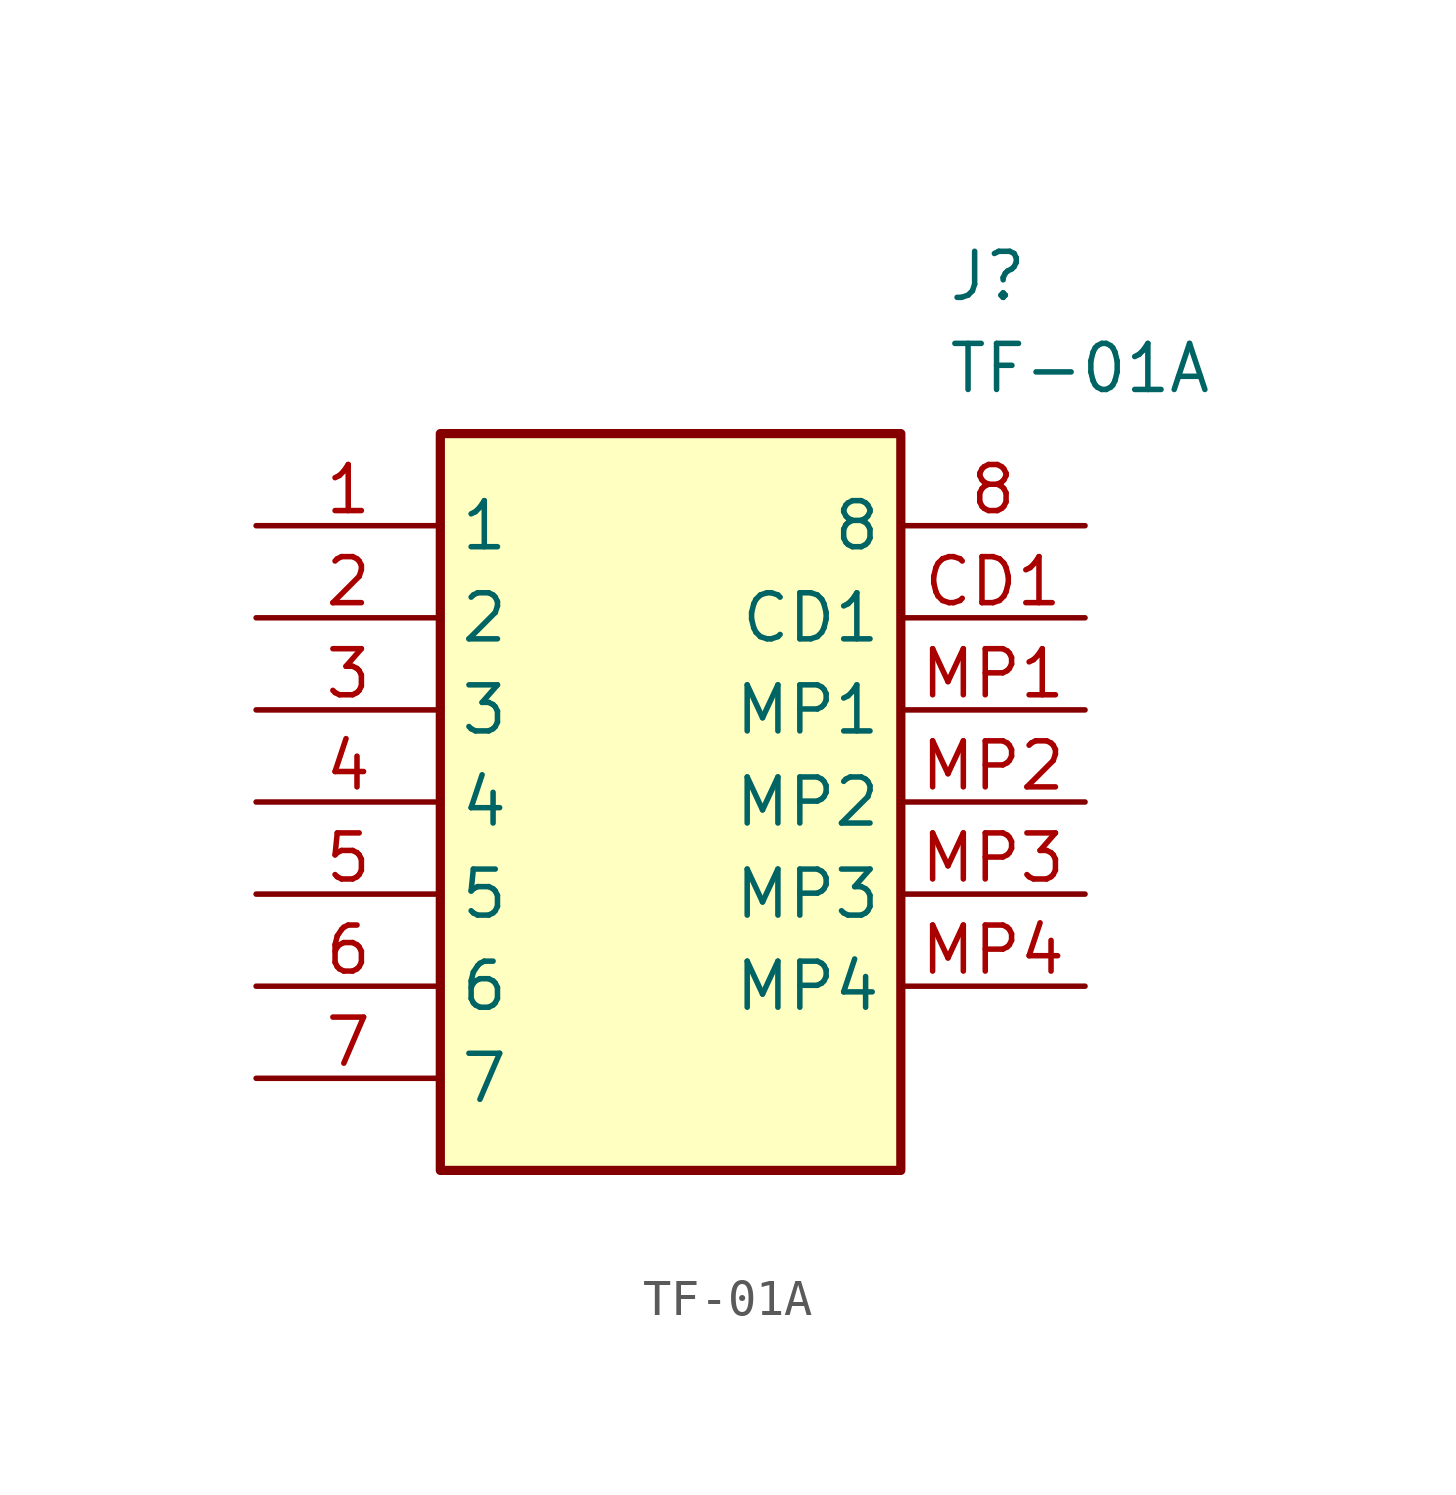
<source format=kicad_sym>
(kicad_symbol_lib
  (version 20241209)
  (generator "kicad_symbol_editor")
  (generator_version "9.0")
  (symbol "TF-01A"
    (property "Reference" "J"
      (at 19.05 7.62 0)
      (effects (font (size 1.27 1.27)) (justify left top)))
    (property "Value" "TF-01A"
      (at 19.05 5.08 0)
      (effects (font (size 1.27 1.27)) (justify left top)))
    (symbol "TF-01A_1_1"
      (rectangle (start 5.08 2.54) (end 17.78 -17.78) (stroke (width 0.254) (type default)) (fill (type background)))
      (pin passive line (at 0 0 0) (length 5.08) (name "1" (effects (font (size 1.27 1.27)))) (number "1" (effects (font (size 1.27 1.27)))))
      (pin passive line (at 0 -2.54 0) (length 5.08) (name "2" (effects (font (size 1.27 1.27)))) (number "2" (effects (font (size 1.27 1.27)))))
      (pin passive line (at 0 -5.08 0) (length 5.08) (name "3" (effects (font (size 1.27 1.27)))) (number "3" (effects (font (size 1.27 1.27)))))
      (pin passive line (at 0 -7.62 0) (length 5.08) (name "4" (effects (font (size 1.27 1.27)))) (number "4" (effects (font (size 1.27 1.27)))))
      (pin passive line (at 0 -10.16 0) (length 5.08) (name "5" (effects (font (size 1.27 1.27)))) (number "5" (effects (font (size 1.27 1.27)))))
      (pin passive line (at 0 -12.7 0) (length 5.08) (name "6" (effects (font (size 1.27 1.27)))) (number "6" (effects (font (size 1.27 1.27)))))
      (pin passive line (at 0 -15.24 0) (length 5.08) (name "7" (effects (font (size 1.27 1.27)))) (number "7" (effects (font (size 1.27 1.27)))))
      (pin passive line (at 22.86 0 180) (length 5.08) (name "8" (effects (font (size 1.27 1.27)))) (number "8" (effects (font (size 1.27 1.27)))))
      (pin passive line (at 22.86 -2.54 180) (length 5.08) (name "CD1" (effects (font (size 1.27 1.27)))) (number "CD1" (effects (font (size 1.27 1.27)))))
      (pin passive line (at 22.86 -5.08 180) (length 5.08) (name "MP1" (effects (font (size 1.27 1.27)))) (number "MP1" (effects (font (size 1.27 1.27)))))
      (pin passive line (at 22.86 -7.62 180) (length 5.08) (name "MP2" (effects (font (size 1.27 1.27)))) (number "MP2" (effects (font (size 1.27 1.27)))))
      (pin passive line (at 22.86 -10.16 180) (length 5.08) (name "MP3" (effects (font (size 1.27 1.27)))) (number "MP3" (effects (font (size 1.27 1.27)))))
      (pin passive line (at 22.86 -12.7 180) (length 5.08) (name "MP4" (effects (font (size 1.27 1.27)))) (number "MP4" (effects (font (size 1.27 1.27))))))))
</source>
